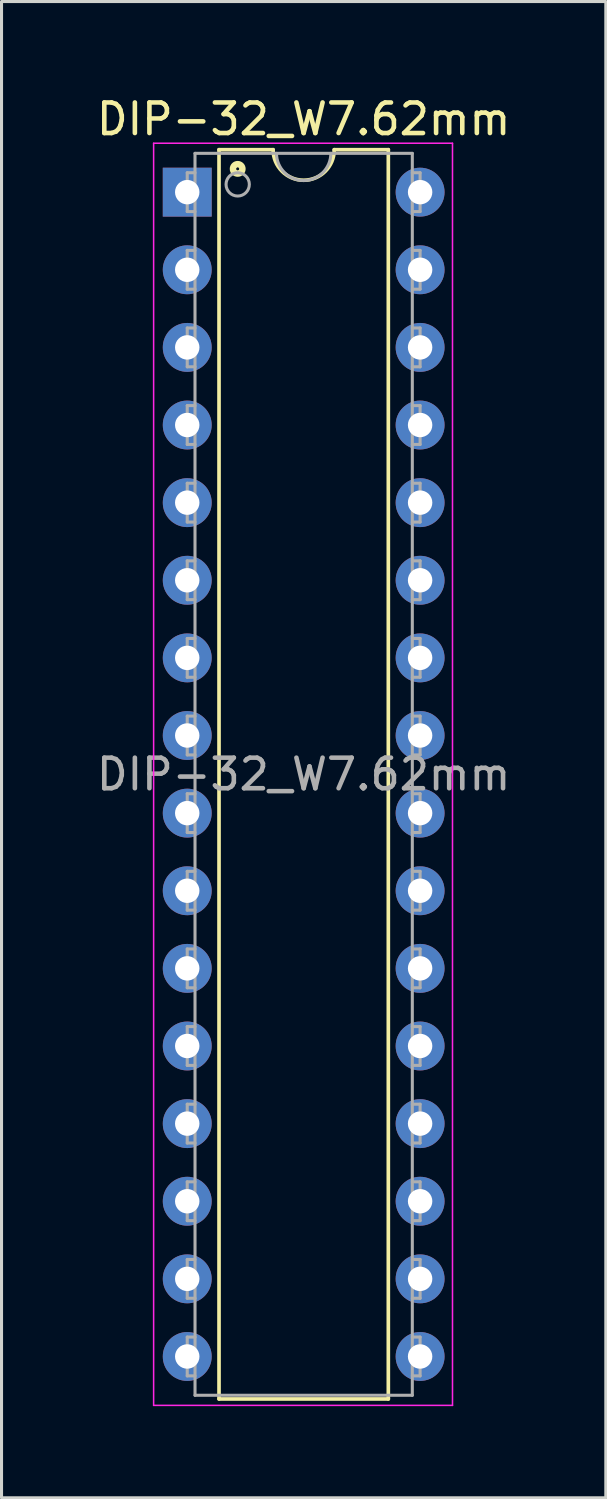
<source format=kicad_pcb>
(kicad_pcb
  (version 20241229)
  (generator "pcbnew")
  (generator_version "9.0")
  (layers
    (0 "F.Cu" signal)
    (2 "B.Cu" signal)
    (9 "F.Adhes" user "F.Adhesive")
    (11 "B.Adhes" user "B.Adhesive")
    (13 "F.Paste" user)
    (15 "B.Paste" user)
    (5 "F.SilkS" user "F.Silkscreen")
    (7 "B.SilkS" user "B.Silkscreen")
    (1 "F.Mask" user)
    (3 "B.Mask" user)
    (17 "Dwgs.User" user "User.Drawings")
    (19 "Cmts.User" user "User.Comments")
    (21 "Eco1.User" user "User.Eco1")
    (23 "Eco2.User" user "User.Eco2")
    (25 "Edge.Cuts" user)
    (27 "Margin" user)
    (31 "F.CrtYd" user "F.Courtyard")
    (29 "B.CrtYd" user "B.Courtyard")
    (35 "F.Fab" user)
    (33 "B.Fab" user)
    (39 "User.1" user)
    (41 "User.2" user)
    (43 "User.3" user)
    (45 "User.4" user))
  (footprint "DIP-32_W7.62mm"
    (layer "F.Cu")
    (at 3.077 3.238)
    (property "Reference" "DIP-32_W7.62mm" (at 3.81 -2.39 0) (layer "F.SilkS") (effects (font (size 1 1) (thickness 0.15))))
    (attr through_hole)
    (fp_line (start 1.04 -1.39) (end 1.04 39.49) (stroke (width 0.12) (type solid)) (layer "F.SilkS"))
    (fp_line (start 1.04 39.49) (end 6.58 39.49) (stroke (width 0.12) (type solid)) (layer "F.SilkS"))
    (fp_line (start 2.81 -1.39) (end 1.04 -1.39) (stroke (width 0.12) (type solid)) (layer "F.SilkS"))
    (fp_line (start 6.58 -1.39) (end 4.81 -1.39) (stroke (width 0.12) (type solid)) (layer "F.SilkS"))
    (fp_line (start 6.58 39.49) (end 6.58 -1.39) (stroke (width 0.12) (type solid)) (layer "F.SilkS"))
    (fp_arc (start 4.81 -1.39) (mid 3.81 -0.39) (end 2.81 -1.39) (stroke (width 0.12) (type solid)) (layer "F.SilkS"))
    (fp_circle (center 1.651 -0.762) (end 1.701 -0.762) (stroke (width 0.12) (type solid)) (fill no) (layer "F.SilkS"))
    (fp_circle (center 1.651 -0.762) (end 1.776 -0.762) (stroke (width 0.12) (type solid)) (fill no) (layer "F.SilkS"))
    (fp_circle (center 1.651 -0.762) (end 1.851 -0.762) (stroke (width 0.12) (type solid)) (fill no) (layer "F.SilkS"))
    (fp_line (start -1.1 -1.6) (end -1.1 39.7) (stroke (width 0.05) (type solid)) (layer "F.CrtYd"))
    (fp_line (start -1.1 39.7) (end 8.68 39.7) (stroke (width 0.05) (type solid)) (layer "F.CrtYd"))
    (fp_line (start 8.68 -1.6) (end -1.1 -1.6) (stroke (width 0.05) (type solid)) (layer "F.CrtYd"))
    (fp_line (start 8.68 39.7) (end 8.68 -1.6) (stroke (width 0.05) (type solid)) (layer "F.CrtYd"))
    (fp_line (start 0 -0.635) (end 0 0.635) (stroke (width 0.1) (type solid)) (layer "F.Fab"))
    (fp_line (start 0 -0.635) (end 0.254 -0.635) (stroke (width 0.1) (type solid)) (layer "F.Fab"))
    (fp_line (start 0 0.635) (end 0.254 0.635) (stroke (width 0.1) (type solid)) (layer "F.Fab"))
    (fp_line (start 0 1.905) (end 0 3.175) (stroke (width 0.1) (type solid)) (layer "F.Fab"))
    (fp_line (start 0 1.905) (end 0.254 1.905) (stroke (width 0.1) (type solid)) (layer "F.Fab"))
    (fp_line (start 0 3.175) (end 0.254 3.175) (stroke (width 0.1) (type solid)) (layer "F.Fab"))
    (fp_line (start 0 4.445) (end 0 5.715) (stroke (width 0.1) (type solid)) (layer "F.Fab"))
    (fp_line (start 0 4.445) (end 0.254 4.445) (stroke (width 0.1) (type solid)) (layer "F.Fab"))
    (fp_line (start 0 5.715) (end 0.254 5.715) (stroke (width 0.1) (type solid)) (layer "F.Fab"))
    (fp_line (start 0 6.985) (end 0 8.255) (stroke (width 0.1) (type solid)) (layer "F.Fab"))
    (fp_line (start 0 6.985) (end 0.254 6.985) (stroke (width 0.1) (type solid)) (layer "F.Fab"))
    (fp_line (start 0 8.255) (end 0.254 8.255) (stroke (width 0.1) (type solid)) (layer "F.Fab"))
    (fp_line (start 0 9.525) (end 0 10.795) (stroke (width 0.1) (type solid)) (layer "F.Fab"))
    (fp_line (start 0 9.525) (end 0.254 9.525) (stroke (width 0.1) (type solid)) (layer "F.Fab"))
    (fp_line (start 0 10.795) (end 0.254 10.795) (stroke (width 0.1) (type solid)) (layer "F.Fab"))
    (fp_line (start 0 12.065) (end 0 13.335) (stroke (width 0.1) (type solid)) (layer "F.Fab"))
    (fp_line (start 0 12.065) (end 0.254 12.065) (stroke (width 0.1) (type solid)) (layer "F.Fab"))
    (fp_line (start 0 13.335) (end 0.254 13.335) (stroke (width 0.1) (type solid)) (layer "F.Fab"))
    (fp_line (start 0 14.605) (end 0 15.875) (stroke (width 0.1) (type solid)) (layer "F.Fab"))
    (fp_line (start 0 14.605) (end 0.254 14.605) (stroke (width 0.1) (type solid)) (layer "F.Fab"))
    (fp_line (start 0 15.875) (end 0.254 15.875) (stroke (width 0.1) (type solid)) (layer "F.Fab"))
    (fp_line (start 0 17.145) (end 0 18.415) (stroke (width 0.1) (type solid)) (layer "F.Fab"))
    (fp_line (start 0 17.145) (end 0.254 17.145) (stroke (width 0.1) (type solid)) (layer "F.Fab"))
    (fp_line (start 0 18.415) (end 0.254 18.415) (stroke (width 0.1) (type solid)) (layer "F.Fab"))
    (fp_line (start 0 19.685) (end 0 20.955) (stroke (width 0.1) (type solid)) (layer "F.Fab"))
    (fp_line (start 0 19.685) (end 0.254 19.685) (stroke (width 0.1) (type solid)) (layer "F.Fab"))
    (fp_line (start 0 20.955) (end 0.254 20.955) (stroke (width 0.1) (type solid)) (layer "F.Fab"))
    (fp_line (start 0 22.225) (end 0 23.495) (stroke (width 0.1) (type solid)) (layer "F.Fab"))
    (fp_line (start 0 22.225) (end 0.254 22.225) (stroke (width 0.1) (type solid)) (layer "F.Fab"))
    (fp_line (start 0 23.495) (end 0.254 23.495) (stroke (width 0.1) (type solid)) (layer "F.Fab"))
    (fp_line (start 0 24.765) (end 0 26.035) (stroke (width 0.1) (type solid)) (layer "F.Fab"))
    (fp_line (start 0 24.765) (end 0.254 24.765) (stroke (width 0.1) (type solid)) (layer "F.Fab"))
    (fp_line (start 0 26.035) (end 0.254 26.035) (stroke (width 0.1) (type solid)) (layer "F.Fab"))
    (fp_line (start 0 27.305) (end 0 28.575) (stroke (width 0.1) (type solid)) (layer "F.Fab"))
    (fp_line (start 0 27.305) (end 0.254 27.305) (stroke (width 0.1) (type solid)) (layer "F.Fab"))
    (fp_line (start 0 28.575) (end 0.254 28.575) (stroke (width 0.1) (type solid)) (layer "F.Fab"))
    (fp_line (start 0 29.845) (end 0 31.115) (stroke (width 0.1) (type solid)) (layer "F.Fab"))
    (fp_line (start 0 29.845) (end 0.254 29.845) (stroke (width 0.1) (type solid)) (layer "F.Fab"))
    (fp_line (start 0 31.115) (end 0.254 31.115) (stroke (width 0.1) (type solid)) (layer "F.Fab"))
    (fp_line (start 0 32.385) (end 0 33.655) (stroke (width 0.1) (type solid)) (layer "F.Fab"))
    (fp_line (start 0 32.385) (end 0.254 32.385) (stroke (width 0.1) (type solid)) (layer "F.Fab"))
    (fp_line (start 0 33.655) (end 0.254 33.655) (stroke (width 0.1) (type solid)) (layer "F.Fab"))
    (fp_line (start 0 34.925) (end 0 36.195) (stroke (width 0.1) (type solid)) (layer "F.Fab"))
    (fp_line (start 0 34.925) (end 0.254 34.925) (stroke (width 0.1) (type solid)) (layer "F.Fab"))
    (fp_line (start 0 36.195) (end 0.254 36.195) (stroke (width 0.1) (type solid)) (layer "F.Fab"))
    (fp_line (start 0 37.465) (end 0 38.735) (stroke (width 0.1) (type solid)) (layer "F.Fab"))
    (fp_line (start 0 37.465) (end 0.254 37.465) (stroke (width 0.1) (type solid)) (layer "F.Fab"))
    (fp_line (start 0 38.735) (end 0.254 38.735) (stroke (width 0.1) (type solid)) (layer "F.Fab"))
    (fp_line (start 0.254 -1.27) (end 7.365 -1.27) (stroke (width 0.1) (type solid)) (layer "F.Fab"))
    (fp_line (start 0.255 39.37) (end 0.254 -1.27) (stroke (width 0.1) (type solid)) (layer "F.Fab"))
    (fp_line (start 7.365 -1.27) (end 7.365 39.37) (stroke (width 0.1) (type solid)) (layer "F.Fab"))
    (fp_line (start 7.365 39.37) (end 0.255 39.37) (stroke (width 0.1) (type solid)) (layer "F.Fab"))
    (fp_line (start 7.62 -0.635) (end 7.366 -0.635) (stroke (width 0.1) (type solid)) (layer "F.Fab"))
    (fp_line (start 7.62 0.635) (end 7.366 0.635) (stroke (width 0.1) (type solid)) (layer "F.Fab"))
    (fp_line (start 7.62 0.635) (end 7.62 -0.635) (stroke (width 0.1) (type solid)) (layer "F.Fab"))
    (fp_line (start 7.62 1.905) (end 7.366 1.905) (stroke (width 0.1) (type solid)) (layer "F.Fab"))
    (fp_line (start 7.62 3.175) (end 7.366 3.175) (stroke (width 0.1) (type solid)) (layer "F.Fab"))
    (fp_line (start 7.62 3.175) (end 7.62 1.905) (stroke (width 0.1) (type solid)) (layer "F.Fab"))
    (fp_line (start 7.62 4.445) (end 7.366 4.445) (stroke (width 0.1) (type solid)) (layer "F.Fab"))
    (fp_line (start 7.62 5.715) (end 7.366 5.715) (stroke (width 0.1) (type solid)) (layer "F.Fab"))
    (fp_line (start 7.62 5.715) (end 7.62 4.445) (stroke (width 0.1) (type solid)) (layer "F.Fab"))
    (fp_line (start 7.62 6.985) (end 7.366 6.985) (stroke (width 0.1) (type solid)) (layer "F.Fab"))
    (fp_line (start 7.62 8.255) (end 7.366 8.255) (stroke (width 0.1) (type solid)) (layer "F.Fab"))
    (fp_line (start 7.62 8.255) (end 7.62 6.985) (stroke (width 0.1) (type solid)) (layer "F.Fab"))
    (fp_line (start 7.62 9.525) (end 7.366 9.525) (stroke (width 0.1) (type solid)) (layer "F.Fab"))
    (fp_line (start 7.62 10.795) (end 7.366 10.795) (stroke (width 0.1) (type solid)) (layer "F.Fab"))
    (fp_line (start 7.62 10.795) (end 7.62 9.525) (stroke (width 0.1) (type solid)) (layer "F.Fab"))
    (fp_line (start 7.62 12.065) (end 7.366 12.065) (stroke (width 0.1) (type solid)) (layer "F.Fab"))
    (fp_line (start 7.62 13.335) (end 7.366 13.335) (stroke (width 0.1) (type solid)) (layer "F.Fab"))
    (fp_line (start 7.62 13.335) (end 7.62 12.065) (stroke (width 0.1) (type solid)) (layer "F.Fab"))
    (fp_line (start 7.62 14.605) (end 7.366 14.605) (stroke (width 0.1) (type solid)) (layer "F.Fab"))
    (fp_line (start 7.62 15.875) (end 7.366 15.875) (stroke (width 0.1) (type solid)) (layer "F.Fab"))
    (fp_line (start 7.62 15.875) (end 7.62 14.605) (stroke (width 0.1) (type solid)) (layer "F.Fab"))
    (fp_line (start 7.62 17.145) (end 7.366 17.145) (stroke (width 0.1) (type solid)) (layer "F.Fab"))
    (fp_line (start 7.62 18.415) (end 7.366 18.415) (stroke (width 0.1) (type solid)) (layer "F.Fab"))
    (fp_line (start 7.62 18.415) (end 7.62 17.145) (stroke (width 0.1) (type solid)) (layer "F.Fab"))
    (fp_line (start 7.62 19.685) (end 7.366 19.685) (stroke (width 0.1) (type solid)) (layer "F.Fab"))
    (fp_line (start 7.62 20.955) (end 7.366 20.955) (stroke (width 0.1) (type solid)) (layer "F.Fab"))
    (fp_line (start 7.62 20.955) (end 7.62 19.685) (stroke (width 0.1) (type solid)) (layer "F.Fab"))
    (fp_line (start 7.62 22.225) (end 7.366 22.225) (stroke (width 0.1) (type solid)) (layer "F.Fab"))
    (fp_line (start 7.62 23.495) (end 7.366 23.495) (stroke (width 0.1) (type solid)) (layer "F.Fab"))
    (fp_line (start 7.62 23.495) (end 7.62 22.225) (stroke (width 0.1) (type solid)) (layer "F.Fab"))
    (fp_line (start 7.62 24.765) (end 7.366 24.765) (stroke (width 0.1) (type solid)) (layer "F.Fab"))
    (fp_line (start 7.62 26.035) (end 7.366 26.035) (stroke (width 0.1) (type solid)) (layer "F.Fab"))
    (fp_line (start 7.62 26.035) (end 7.62 24.765) (stroke (width 0.1) (type solid)) (layer "F.Fab"))
    (fp_line (start 7.62 27.305) (end 7.366 27.305) (stroke (width 0.1) (type solid)) (layer "F.Fab"))
    (fp_line (start 7.62 28.575) (end 7.366 28.575) (stroke (width 0.1) (type solid)) (layer "F.Fab"))
    (fp_line (start 7.62 28.575) (end 7.62 27.305) (stroke (width 0.1) (type solid)) (layer "F.Fab"))
    (fp_line (start 7.62 29.845) (end 7.366 29.845) (stroke (width 0.1) (type solid)) (layer "F.Fab"))
    (fp_line (start 7.62 31.115) (end 7.366 31.115) (stroke (width 0.1) (type solid)) (layer "F.Fab"))
    (fp_line (start 7.62 31.115) (end 7.62 29.845) (stroke (width 0.1) (type solid)) (layer "F.Fab"))
    (fp_line (start 7.62 32.385) (end 7.366 32.385) (stroke (width 0.1) (type solid)) (layer "F.Fab"))
    (fp_line (start 7.62 33.655) (end 7.366 33.655) (stroke (width 0.1) (type solid)) (layer "F.Fab"))
    (fp_line (start 7.62 33.655) (end 7.62 32.385) (stroke (width 0.1) (type solid)) (layer "F.Fab"))
    (fp_line (start 7.62 34.925) (end 7.366 34.925) (stroke (width 0.1) (type solid)) (layer "F.Fab"))
    (fp_line (start 7.62 36.195) (end 7.366 36.195) (stroke (width 0.1) (type solid)) (layer "F.Fab"))
    (fp_line (start 7.62 36.195) (end 7.62 34.925) (stroke (width 0.1) (type solid)) (layer "F.Fab"))
    (fp_line (start 7.62 37.465) (end 7.366 37.465) (stroke (width 0.1) (type solid)) (layer "F.Fab"))
    (fp_line (start 7.62 38.735) (end 7.366 38.735) (stroke (width 0.1) (type solid)) (layer "F.Fab"))
    (fp_line (start 7.62 38.735) (end 7.62 37.465) (stroke (width 0.1) (type solid)) (layer "F.Fab"))
    (fp_arc (start 4.699 -1.27) (mid 3.81 -0.381) (end 2.921 -1.27) (stroke (width 0.1) (type solid)) (layer "F.Fab"))
    (fp_circle (center 1.651 -0.254) (end 2.032 -0.254) (stroke (width 0.1) (type solid)) (fill no) (layer "F.Fab"))
    (fp_text user "${REFERENCE}" (at 3.81 19.05 0) (layer "F.Fab") (effects (font (size 1 1) (thickness 0.15))))
    (pad "1" thru_hole rect (at 0 0) (size 1.6 1.6) (drill 0.8) (layers "*.Cu" "*.Mask"))
    (pad "2" thru_hole oval (at 0 2.54) (size 1.6 1.6) (drill 0.8) (layers "*.Cu" "*.Mask"))
    (pad "3" thru_hole oval (at 0 5.08) (size 1.6 1.6) (drill 0.8) (layers "*.Cu" "*.Mask"))
    (pad "4" thru_hole oval (at 0 7.62) (size 1.6 1.6) (drill 0.8) (layers "*.Cu" "*.Mask"))
    (pad "5" thru_hole oval (at 0 10.16) (size 1.6 1.6) (drill 0.8) (layers "*.Cu" "*.Mask"))
    (pad "6" thru_hole oval (at 0 12.7) (size 1.6 1.6) (drill 0.8) (layers "*.Cu" "*.Mask"))
    (pad "7" thru_hole oval (at 0 15.24) (size 1.6 1.6) (drill 0.8) (layers "*.Cu" "*.Mask"))
    (pad "8" thru_hole oval (at 0 17.78) (size 1.6 1.6) (drill 0.8) (layers "*.Cu" "*.Mask"))
    (pad "9" thru_hole oval (at 0 20.32) (size 1.6 1.6) (drill 0.8) (layers "*.Cu" "*.Mask"))
    (pad "10" thru_hole oval (at 0 22.86) (size 1.6 1.6) (drill 0.8) (layers "*.Cu" "*.Mask"))
    (pad "11" thru_hole oval (at 0 25.4) (size 1.6 1.6) (drill 0.8) (layers "*.Cu" "*.Mask"))
    (pad "12" thru_hole oval (at 0 27.94) (size 1.6 1.6) (drill 0.8) (layers "*.Cu" "*.Mask"))
    (pad "13" thru_hole oval (at 0 30.48) (size 1.6 1.6) (drill 0.8) (layers "*.Cu" "*.Mask"))
    (pad "14" thru_hole oval (at 0 33.02) (size 1.6 1.6) (drill 0.8) (layers "*.Cu" "*.Mask"))
    (pad "15" thru_hole oval (at 0 35.56) (size 1.6 1.6) (drill 0.8) (layers "*.Cu" "*.Mask"))
    (pad "16" thru_hole oval (at 0 38.1) (size 1.6 1.6) (drill 0.8) (layers "*.Cu" "*.Mask"))
    (pad "17" thru_hole oval (at 7.62 38.1) (size 1.6 1.6) (drill 0.8) (layers "*.Cu" "*.Mask"))
    (pad "18" thru_hole oval (at 7.62 35.56) (size 1.6 1.6) (drill 0.8) (layers "*.Cu" "*.Mask"))
    (pad "19" thru_hole oval (at 7.62 33.02) (size 1.6 1.6) (drill 0.8) (layers "*.Cu" "*.Mask"))
    (pad "20" thru_hole oval (at 7.62 30.48) (size 1.6 1.6) (drill 0.8) (layers "*.Cu" "*.Mask"))
    (pad "21" thru_hole oval (at 7.62 27.94) (size 1.6 1.6) (drill 0.8) (layers "*.Cu" "*.Mask"))
    (pad "22" thru_hole oval (at 7.62 25.4) (size 1.6 1.6) (drill 0.8) (layers "*.Cu" "*.Mask"))
    (pad "23" thru_hole oval (at 7.62 22.86) (size 1.6 1.6) (drill 0.8) (layers "*.Cu" "*.Mask"))
    (pad "24" thru_hole oval (at 7.62 20.32) (size 1.6 1.6) (drill 0.8) (layers "*.Cu" "*.Mask"))
    (pad "25" thru_hole oval (at 7.62 17.78) (size 1.6 1.6) (drill 0.8) (layers "*.Cu" "*.Mask"))
    (pad "26" thru_hole oval (at 7.62 15.24) (size 1.6 1.6) (drill 0.8) (layers "*.Cu" "*.Mask"))
    (pad "27" thru_hole oval (at 7.62 12.7) (size 1.6 1.6) (drill 0.8) (layers "*.Cu" "*.Mask"))
    (pad "28" thru_hole oval (at 7.62 10.16) (size 1.6 1.6) (drill 0.8) (layers "*.Cu" "*.Mask"))
    (pad "29" thru_hole oval (at 7.62 7.62) (size 1.6 1.6) (drill 0.8) (layers "*.Cu" "*.Mask"))
    (pad "30" thru_hole oval (at 7.62 5.08) (size 1.6 1.6) (drill 0.8) (layers "*.Cu" "*.Mask"))
    (pad "31" thru_hole oval (at 7.62 2.54) (size 1.6 1.6) (drill 0.8) (layers "*.Cu" "*.Mask"))
    (pad "32" thru_hole oval (at 7.62 0) (size 1.6 1.6) (drill 0.8) (layers "*.Cu" "*.Mask")))
  (gr_rect
    (start -3 -3)
    (end 16.774 45.963)
    (stroke (width 0.1) (type default))
    (fill no)
    (layer "Edge.Cuts")))
</source>
